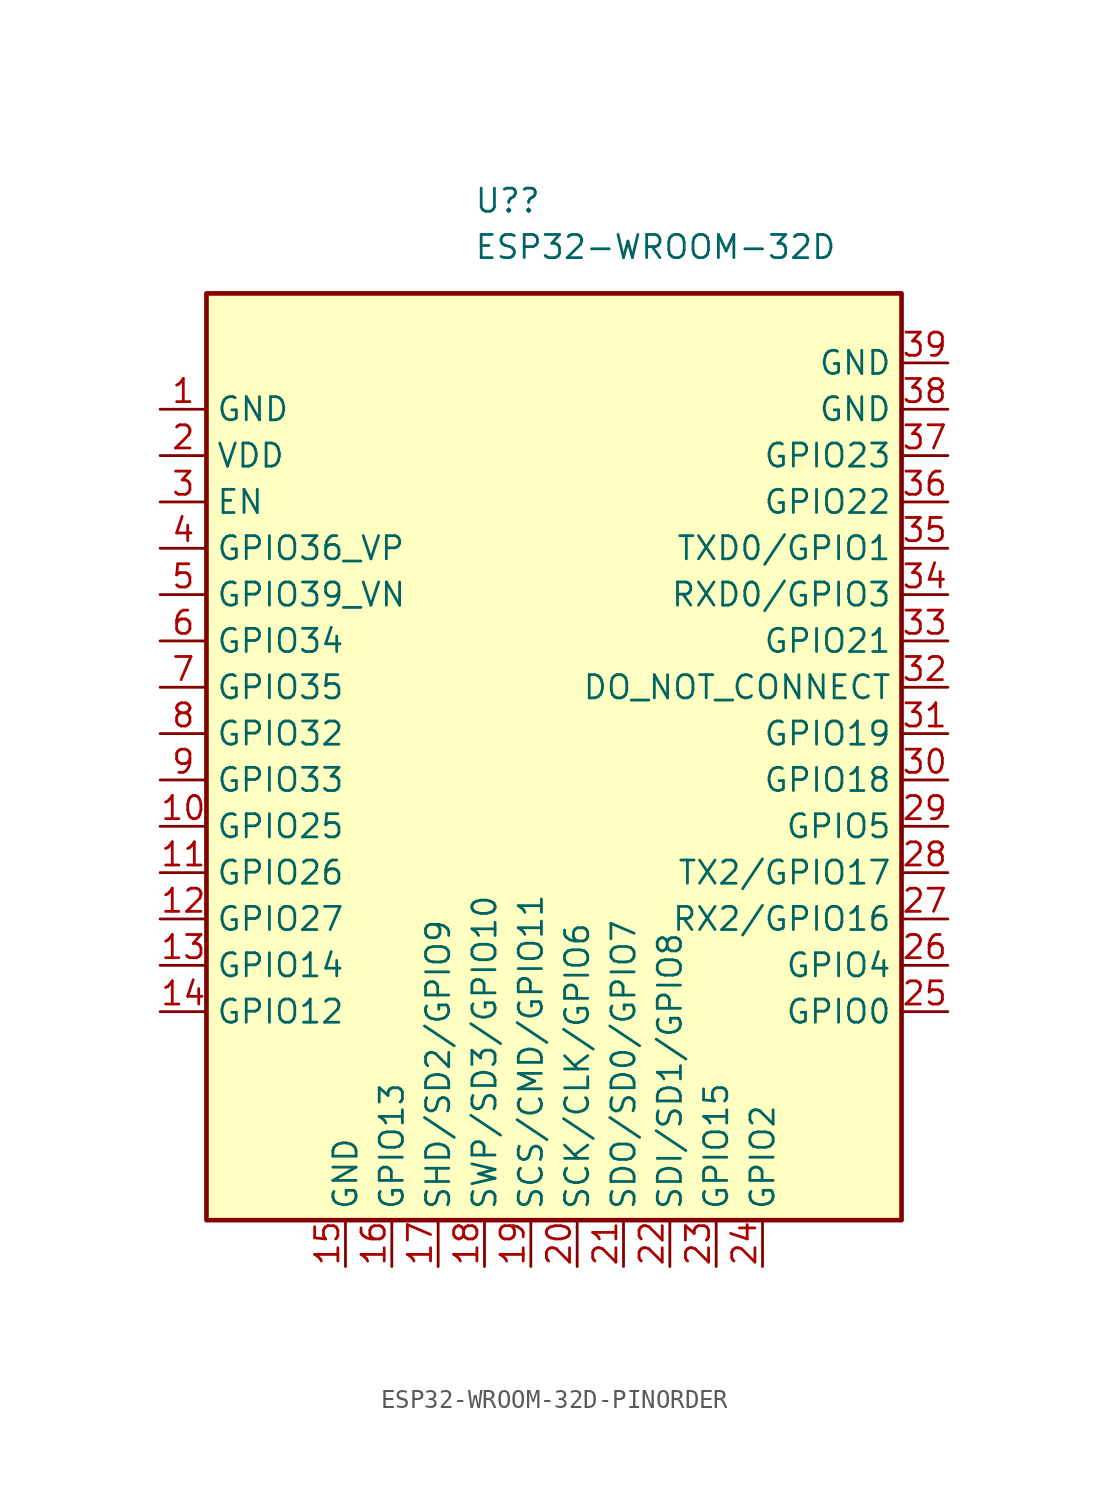
<source format=kicad_sym>
(kicad_symbol_lib
  (version 20220914)
  (generator kicad_symbol_editor)
  (symbol "ESP32-WROOM-32D-PINORDER"
    (property "Reference" "U?"
      (at -4.394 31.75 0)
      (effects (font (size 1.27 1.27)) (justify left)))
    (property "Value" "ESP32-WROOM-32D"
      (at -4.394 29.21 0)
      (effects (font (size 1.27 1.27)) (justify left)))
    (symbol "ESP32-WROOM-32D-PINORDER_0_1"
      (rectangle (start -19.05 26.67) (end 19.05 -24.13) (stroke (width 0.254) (type default)) (fill (type background))))
    (symbol "ESP32-WROOM-32D-PINORDER_1_1"
      (pin power_in line (at -21.59 20.32 0) (length 2.54) (name "GND" (effects (font (size 1.27 1.27)))) (number "1" (effects (font (size 1.27 1.27)))))
      (pin bidirectional line (at -21.59 -2.54 0) (length 2.54) (name "GPIO25" (effects (font (size 1.27 1.27)))) (number "10" (effects (font (size 1.27 1.27)))))
      (pin bidirectional line (at -21.59 -5.08 0) (length 2.54) (name "GPIO26" (effects (font (size 1.27 1.27)))) (number "11" (effects (font (size 1.27 1.27)))))
      (pin bidirectional line (at -21.59 -7.62 0) (length 2.54) (name "GPIO27" (effects (font (size 1.27 1.27)))) (number "12" (effects (font (size 1.27 1.27)))))
      (pin bidirectional line (at -21.59 -10.16 0) (length 2.54) (name "GPIO14" (effects (font (size 1.27 1.27)))) (number "13" (effects (font (size 1.27 1.27)))))
      (pin bidirectional line (at -21.59 -12.7 0) (length 2.54) (name "GPIO12" (effects (font (size 1.27 1.27)))) (number "14" (effects (font (size 1.27 1.27)))))
      (pin power_in line (at -11.43 -26.67 90) (length 2.54) (name "GND" (effects (font (size 1.27 1.27)))) (number "15" (effects (font (size 1.27 1.27)))))
      (pin bidirectional line (at -8.89 -26.67 90) (length 2.54) (name "GPIO13" (effects (font (size 1.27 1.27)))) (number "16" (effects (font (size 1.27 1.27)))))
      (pin bidirectional line (at -6.35 -26.67 90) (length 2.54) (name "SHD/SD2/GPIO9" (effects (font (size 1.27 1.27)))) (number "17" (effects (font (size 1.27 1.27)))))
      (pin bidirectional line (at -3.81 -26.67 90) (length 2.54) (name "SWP/SD3/GPIO10" (effects (font (size 1.27 1.27)))) (number "18" (effects (font (size 1.27 1.27)))))
      (pin bidirectional line (at -1.27 -26.67 90) (length 2.54) (name "SCS/CMD/GPIO11" (effects (font (size 1.27 1.27)))) (number "19" (effects (font (size 1.27 1.27)))))
      (pin power_in line (at -21.59 17.78 0) (length 2.54) (name "VDD" (effects (font (size 1.27 1.27)))) (number "2" (effects (font (size 1.27 1.27)))))
      (pin bidirectional line (at 1.27 -26.67 90) (length 2.54) (name "SCK/CLK/GPIO6" (effects (font (size 1.27 1.27)))) (number "20" (effects (font (size 1.27 1.27)))))
      (pin bidirectional line (at 3.81 -26.67 90) (length 2.54) (name "SDO/SD0/GPIO7" (effects (font (size 1.27 1.27)))) (number "21" (effects (font (size 1.27 1.27)))))
      (pin bidirectional line (at 6.35 -26.67 90) (length 2.54) (name "SDI/SD1/GPIO8" (effects (font (size 1.27 1.27)))) (number "22" (effects (font (size 1.27 1.27)))))
      (pin bidirectional line (at 8.89 -26.67 90) (length 2.54) (name "GPIO15" (effects (font (size 1.27 1.27)))) (number "23" (effects (font (size 1.27 1.27)))))
      (pin bidirectional line (at 11.43 -26.67 90) (length 2.54) (name "GPIO2" (effects (font (size 1.27 1.27)))) (number "24" (effects (font (size 1.27 1.27)))))
      (pin bidirectional line (at 21.59 -12.7 180) (length 2.54) (name "GPIO0" (effects (font (size 1.27 1.27)))) (number "25" (effects (font (size 1.27 1.27)))))
      (pin bidirectional line (at 21.59 -10.16 180) (length 2.54) (name "GPIO4" (effects (font (size 1.27 1.27)))) (number "26" (effects (font (size 1.27 1.27)))))
      (pin bidirectional line (at 21.59 -7.62 180) (length 2.54) (name "RX2/GPIO16" (effects (font (size 1.27 1.27)))) (number "27" (effects (font (size 1.27 1.27)))))
      (pin bidirectional line (at 21.59 -5.08 180) (length 2.54) (name "TX2/GPIO17" (effects (font (size 1.27 1.27)))) (number "28" (effects (font (size 1.27 1.27)))))
      (pin bidirectional line (at 21.59 -2.54 180) (length 2.54) (name "GPIO5" (effects (font (size 1.27 1.27)))) (number "29" (effects (font (size 1.27 1.27)))))
      (pin input line (at -21.59 15.24 0) (length 2.54) (name "EN" (effects (font (size 1.27 1.27)))) (number "3" (effects (font (size 1.27 1.27)))))
      (pin bidirectional line (at 21.59 0 180) (length 2.54) (name "GPIO18" (effects (font (size 1.27 1.27)))) (number "30" (effects (font (size 1.27 1.27)))))
      (pin bidirectional line (at 21.59 2.54 180) (length 2.54) (name "GPIO19" (effects (font (size 1.27 1.27)))) (number "31" (effects (font (size 1.27 1.27)))))
      (pin input line (at 21.59 5.08 180) (length 2.54) (name "DO_NOT_CONNECT" (effects (font (size 1.27 1.27)))) (number "32" (effects (font (size 1.27 1.27)))))
      (pin bidirectional line (at 21.59 7.62 180) (length 2.54) (name "GPIO21" (effects (font (size 1.27 1.27)))) (number "33" (effects (font (size 1.27 1.27)))))
      (pin bidirectional line (at 21.59 10.16 180) (length 2.54) (name "RXD0/GPIO3" (effects (font (size 1.27 1.27)))) (number "34" (effects (font (size 1.27 1.27)))))
      (pin bidirectional line (at 21.59 12.7 180) (length 2.54) (name "TXD0/GPIO1" (effects (font (size 1.27 1.27)))) (number "35" (effects (font (size 1.27 1.27)))))
      (pin bidirectional line (at 21.59 15.24 180) (length 2.54) (name "GPIO22" (effects (font (size 1.27 1.27)))) (number "36" (effects (font (size 1.27 1.27)))))
      (pin bidirectional line (at 21.59 17.78 180) (length 2.54) (name "GPIO23" (effects (font (size 1.27 1.27)))) (number "37" (effects (font (size 1.27 1.27)))))
      (pin power_in line (at 21.59 20.32 180) (length 2.54) (name "GND" (effects (font (size 1.27 1.27)))) (number "38" (effects (font (size 1.27 1.27)))))
      (pin power_in line (at 21.59 22.86 180) (length 2.54) (name "GND" (effects (font (size 1.27 1.27)))) (number "39" (effects (font (size 1.27 1.27)))))
      (pin input line (at -21.59 12.7 0) (length 2.54) (name "GPIO36_VP" (effects (font (size 1.27 1.27)))) (number "4" (effects (font (size 1.27 1.27)))))
      (pin input line (at -21.59 10.16 0) (length 2.54) (name "GPIO39_VN" (effects (font (size 1.27 1.27)))) (number "5" (effects (font (size 1.27 1.27)))))
      (pin input line (at -21.59 7.62 0) (length 2.54) (name "GPIO34" (effects (font (size 1.27 1.27)))) (number "6" (effects (font (size 1.27 1.27)))))
      (pin input line (at -21.59 5.08 0) (length 2.54) (name "GPIO35" (effects (font (size 1.27 1.27)))) (number "7" (effects (font (size 1.27 1.27)))))
      (pin bidirectional line (at -21.59 2.54 0) (length 2.54) (name "GPIO32" (effects (font (size 1.27 1.27)))) (number "8" (effects (font (size 1.27 1.27)))))
      (pin bidirectional line (at -21.59 0 0) (length 2.54) (name "GPIO33" (effects (font (size 1.27 1.27)))) (number "9" (effects (font (size 1.27 1.27))))))))
</source>
